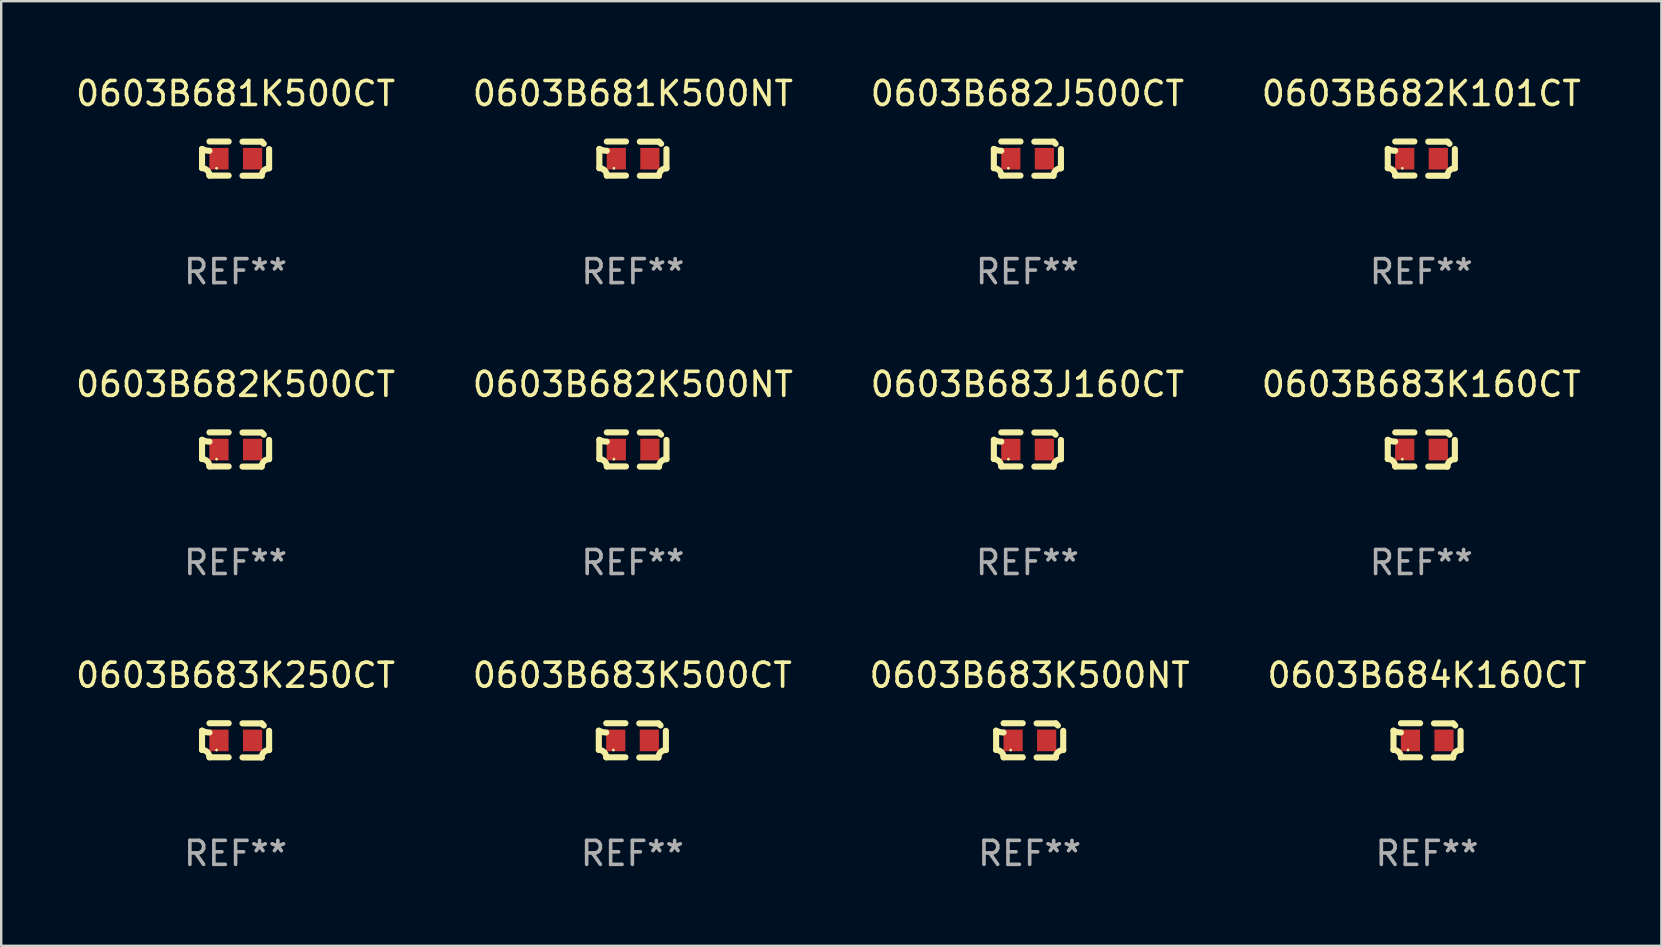
<source format=kicad_pcb>
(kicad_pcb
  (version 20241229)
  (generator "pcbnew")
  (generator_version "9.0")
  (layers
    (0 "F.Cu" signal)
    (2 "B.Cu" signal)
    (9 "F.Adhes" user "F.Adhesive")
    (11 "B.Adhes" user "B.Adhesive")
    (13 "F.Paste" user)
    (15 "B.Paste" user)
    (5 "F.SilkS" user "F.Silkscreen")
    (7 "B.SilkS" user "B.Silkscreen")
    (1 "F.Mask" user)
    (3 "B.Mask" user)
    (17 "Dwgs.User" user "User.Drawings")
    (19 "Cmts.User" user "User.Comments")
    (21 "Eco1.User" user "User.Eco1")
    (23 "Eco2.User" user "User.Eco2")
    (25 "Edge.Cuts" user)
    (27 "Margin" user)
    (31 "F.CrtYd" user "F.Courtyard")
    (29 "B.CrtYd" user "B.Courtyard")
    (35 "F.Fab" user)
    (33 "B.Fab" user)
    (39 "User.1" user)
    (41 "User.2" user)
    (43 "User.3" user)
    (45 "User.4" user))
  (footprint "0603B682K101CT"
    (layer "F.Cu")
    (at 56.185 3.561)
    (property "Reference" "0603B682K101CT" (at 0 -2.713 0) (layer "F.SilkS") (effects (font (size 1 1) (thickness 0.15))))
    (attr through_hole)
    (fp_line (start -1.398 -0.403) (end -1.398 0.397) (stroke (width 0.254) (type solid)) (layer "F.SilkS"))
    (fp_line (start -0.288 -0.713) (end -1.088 -0.713) (stroke (width 0.254) (type solid)) (layer "F.SilkS"))
    (fp_line (start -0.288 0.707) (end -1.088 0.707) (stroke (width 0.254) (type solid)) (layer "F.SilkS"))
    (fp_line (start 0.288 -0.707) (end 1.088 -0.707) (stroke (width 0.254) (type solid)) (layer "F.SilkS"))
    (fp_line (start 0.288 0.713) (end 1.088 0.713) (stroke (width 0.254) (type solid)) (layer "F.SilkS"))
    (fp_line (start 1.398 -0.397) (end 1.398 0.403) (stroke (width 0.254) (type solid)) (layer "F.SilkS"))
    (fp_arc (start -1.397789 0.397066) (mid -1.178701 0.487826) (end -1.08796 0.706922) (stroke (width 0.254001) (type solid)) (layer "F.SilkS"))
    (fp_arc (start -1.08796 -0.327176) (mid -1.247436 -0.346384) (end -1.39779 -0.402908) (stroke (width 0.254001) (type solid)) (layer "F.SilkS"))
    (fp_arc (start 1.087909 0.712738) (mid 1.178656 0.493655) (end 1.397739 0.402908) (stroke (width 0.254001) (type solid)) (layer "F.SilkS"))
    (fp_arc (start 1.175925 -0.618926) (mid 1.131917 -0.662923) (end 1.08791 -0.706922) (stroke (width 0.254001) (type solid)) (layer "F.SilkS"))
    (fp_circle (center -0.792 0.403) (end -0.762 0.403) (stroke (width 0.06) (type solid)) (fill no) (layer "F.SilkS"))
    (fp_text user "REF**" (at 0 4.713 0) (layer "F.Fab") (effects (font (size 1 1) (thickness 0.15))))
    (pad "1" smd rect (at -0.692 0.003) (size 0.8 0.9) (layers "F.Cu" "F.Mask" "F.Paste"))
    (pad "2" smd rect (at 0.708 0.003) (size 0.8 0.9) (layers "F.Cu" "F.Mask" "F.Paste")))
  (footprint "0603B681K500NT"
    (layer "F.Cu")
    (at 23.327 3.561)
    (property "Reference" "0603B681K500NT" (at 0 -2.713 0) (layer "F.SilkS") (effects (font (size 1 1) (thickness 0.15))))
    (attr through_hole)
    (fp_line (start -1.398 -0.403) (end -1.398 0.397) (stroke (width 0.254) (type solid)) (layer "F.SilkS"))
    (fp_line (start -0.288 -0.713) (end -1.088 -0.713) (stroke (width 0.254) (type solid)) (layer "F.SilkS"))
    (fp_line (start -0.288 0.707) (end -1.088 0.707) (stroke (width 0.254) (type solid)) (layer "F.SilkS"))
    (fp_line (start 0.288 -0.707) (end 1.088 -0.707) (stroke (width 0.254) (type solid)) (layer "F.SilkS"))
    (fp_line (start 0.288 0.713) (end 1.088 0.713) (stroke (width 0.254) (type solid)) (layer "F.SilkS"))
    (fp_line (start 1.398 -0.397) (end 1.398 0.403) (stroke (width 0.254) (type solid)) (layer "F.SilkS"))
    (fp_arc (start -1.397789 0.397066) (mid -1.178701 0.487826) (end -1.08796 0.706922) (stroke (width 0.254001) (type solid)) (layer "F.SilkS"))
    (fp_arc (start -1.08796 -0.327176) (mid -1.247436 -0.346384) (end -1.39779 -0.402908) (stroke (width 0.254001) (type solid)) (layer "F.SilkS"))
    (fp_arc (start 1.087909 0.712738) (mid 1.178656 0.493655) (end 1.397739 0.402908) (stroke (width 0.254001) (type solid)) (layer "F.SilkS"))
    (fp_arc (start 1.175925 -0.618926) (mid 1.131917 -0.662923) (end 1.08791 -0.706922) (stroke (width 0.254001) (type solid)) (layer "F.SilkS"))
    (fp_circle (center -0.792 0.403) (end -0.762 0.403) (stroke (width 0.06) (type solid)) (fill no) (layer "F.SilkS"))
    (fp_text user "REF**" (at 0 4.713 0) (layer "F.Fab") (effects (font (size 1 1) (thickness 0.15))))
    (pad "1" smd rect (at -0.692 0.003) (size 0.8 0.9) (layers "F.Cu" "F.Mask" "F.Paste"))
    (pad "2" smd rect (at 0.708 0.003) (size 0.8 0.9) (layers "F.Cu" "F.Mask" "F.Paste")))
  (footprint "0603B684K160CT"
    (layer "F.Cu")
    (at 56.423 27.805)
    (property "Reference" "0603B684K160CT" (at 0 -2.713 0) (layer "F.SilkS") (effects (font (size 1 1) (thickness 0.15))))
    (attr through_hole)
    (fp_line (start -1.398 -0.403) (end -1.398 0.397) (stroke (width 0.254) (type solid)) (layer "F.SilkS"))
    (fp_line (start -0.288 -0.713) (end -1.088 -0.713) (stroke (width 0.254) (type solid)) (layer "F.SilkS"))
    (fp_line (start -0.288 0.707) (end -1.088 0.707) (stroke (width 0.254) (type solid)) (layer "F.SilkS"))
    (fp_line (start 0.288 -0.707) (end 1.088 -0.707) (stroke (width 0.254) (type solid)) (layer "F.SilkS"))
    (fp_line (start 0.288 0.713) (end 1.088 0.713) (stroke (width 0.254) (type solid)) (layer "F.SilkS"))
    (fp_line (start 1.398 -0.397) (end 1.398 0.403) (stroke (width 0.254) (type solid)) (layer "F.SilkS"))
    (fp_arc (start -1.397789 0.397066) (mid -1.178701 0.487826) (end -1.08796 0.706922) (stroke (width 0.254001) (type solid)) (layer "F.SilkS"))
    (fp_arc (start -1.08796 -0.327176) (mid -1.247436 -0.346384) (end -1.39779 -0.402908) (stroke (width 0.254001) (type solid)) (layer "F.SilkS"))
    (fp_arc (start 1.087909 0.712738) (mid 1.178656 0.493655) (end 1.397739 0.402908) (stroke (width 0.254001) (type solid)) (layer "F.SilkS"))
    (fp_arc (start 1.175925 -0.618926) (mid 1.131917 -0.662923) (end 1.08791 -0.706922) (stroke (width 0.254001) (type solid)) (layer "F.SilkS"))
    (fp_circle (center -0.792 0.403) (end -0.762 0.403) (stroke (width 0.06) (type solid)) (fill no) (layer "F.SilkS"))
    (fp_text user "REF**" (at 0 4.713 0) (layer "F.Fab") (effects (font (size 1 1) (thickness 0.15))))
    (pad "1" smd rect (at -0.692 0.003) (size 0.8 0.9) (layers "F.Cu" "F.Mask" "F.Paste"))
    (pad "2" smd rect (at 0.708 0.003) (size 0.8 0.9) (layers "F.Cu" "F.Mask" "F.Paste")))
  (footprint "0603B682K500CT"
    (layer "F.Cu")
    (at 6.768 15.683)
    (property "Reference" "0603B682K500CT" (at 0 -2.713 0) (layer "F.SilkS") (effects (font (size 1 1) (thickness 0.15))))
    (attr through_hole)
    (fp_line (start -1.398 -0.403) (end -1.398 0.397) (stroke (width 0.254) (type solid)) (layer "F.SilkS"))
    (fp_line (start -0.288 -0.713) (end -1.088 -0.713) (stroke (width 0.254) (type solid)) (layer "F.SilkS"))
    (fp_line (start -0.288 0.707) (end -1.088 0.707) (stroke (width 0.254) (type solid)) (layer "F.SilkS"))
    (fp_line (start 0.288 -0.707) (end 1.088 -0.707) (stroke (width 0.254) (type solid)) (layer "F.SilkS"))
    (fp_line (start 0.288 0.713) (end 1.088 0.713) (stroke (width 0.254) (type solid)) (layer "F.SilkS"))
    (fp_line (start 1.398 -0.397) (end 1.398 0.403) (stroke (width 0.254) (type solid)) (layer "F.SilkS"))
    (fp_arc (start -1.397789 0.397066) (mid -1.178701 0.487826) (end -1.08796 0.706922) (stroke (width 0.254001) (type solid)) (layer "F.SilkS"))
    (fp_arc (start -1.08796 -0.327176) (mid -1.247436 -0.346384) (end -1.39779 -0.402908) (stroke (width 0.254001) (type solid)) (layer "F.SilkS"))
    (fp_arc (start 1.087909 0.712738) (mid 1.178656 0.493655) (end 1.397739 0.402908) (stroke (width 0.254001) (type solid)) (layer "F.SilkS"))
    (fp_arc (start 1.175925 -0.618926) (mid 1.131917 -0.662923) (end 1.08791 -0.706922) (stroke (width 0.254001) (type solid)) (layer "F.SilkS"))
    (fp_circle (center -0.792 0.403) (end -0.762 0.403) (stroke (width 0.06) (type solid)) (fill no) (layer "F.SilkS"))
    (fp_text user "REF**" (at 0 4.713 0) (layer "F.Fab") (effects (font (size 1 1) (thickness 0.15))))
    (pad "1" smd rect (at -0.692 0.003) (size 0.8 0.9) (layers "F.Cu" "F.Mask" "F.Paste"))
    (pad "2" smd rect (at 0.708 0.003) (size 0.8 0.9) (layers "F.Cu" "F.Mask" "F.Paste")))
  (footprint "0603B683K250CT"
    (layer "F.Cu")
    (at 6.768 27.805)
    (property "Reference" "0603B683K250CT" (at 0 -2.713 0) (layer "F.SilkS") (effects (font (size 1 1) (thickness 0.15))))
    (attr through_hole)
    (fp_line (start -1.398 -0.403) (end -1.398 0.397) (stroke (width 0.254) (type solid)) (layer "F.SilkS"))
    (fp_line (start -0.288 -0.713) (end -1.088 -0.713) (stroke (width 0.254) (type solid)) (layer "F.SilkS"))
    (fp_line (start -0.288 0.707) (end -1.088 0.707) (stroke (width 0.254) (type solid)) (layer "F.SilkS"))
    (fp_line (start 0.288 -0.707) (end 1.088 -0.707) (stroke (width 0.254) (type solid)) (layer "F.SilkS"))
    (fp_line (start 0.288 0.713) (end 1.088 0.713) (stroke (width 0.254) (type solid)) (layer "F.SilkS"))
    (fp_line (start 1.398 -0.397) (end 1.398 0.403) (stroke (width 0.254) (type solid)) (layer "F.SilkS"))
    (fp_arc (start -1.397789 0.397066) (mid -1.178701 0.487826) (end -1.08796 0.706922) (stroke (width 0.254001) (type solid)) (layer "F.SilkS"))
    (fp_arc (start -1.08796 -0.327176) (mid -1.247436 -0.346384) (end -1.39779 -0.402908) (stroke (width 0.254001) (type solid)) (layer "F.SilkS"))
    (fp_arc (start 1.087909 0.712738) (mid 1.178656 0.493655) (end 1.397739 0.402908) (stroke (width 0.254001) (type solid)) (layer "F.SilkS"))
    (fp_arc (start 1.175925 -0.618926) (mid 1.131917 -0.662923) (end 1.08791 -0.706922) (stroke (width 0.254001) (type solid)) (layer "F.SilkS"))
    (fp_circle (center -0.792 0.403) (end -0.762 0.403) (stroke (width 0.06) (type solid)) (fill no) (layer "F.SilkS"))
    (fp_text user "REF**" (at 0 4.713 0) (layer "F.Fab") (effects (font (size 1 1) (thickness 0.15))))
    (pad "1" smd rect (at -0.692 0.003) (size 0.8 0.9) (layers "F.Cu" "F.Mask" "F.Paste"))
    (pad "2" smd rect (at 0.708 0.003) (size 0.8 0.9) (layers "F.Cu" "F.Mask" "F.Paste")))
  (footprint "0603B683K500NT"
    (layer "F.Cu")
    (at 39.863 27.805)
    (property "Reference" "0603B683K500NT" (at 0 -2.713 0) (layer "F.SilkS") (effects (font (size 1 1) (thickness 0.15))))
    (attr through_hole)
    (fp_line (start -1.398 -0.403) (end -1.398 0.397) (stroke (width 0.254) (type solid)) (layer "F.SilkS"))
    (fp_line (start -0.288 -0.713) (end -1.088 -0.713) (stroke (width 0.254) (type solid)) (layer "F.SilkS"))
    (fp_line (start -0.288 0.707) (end -1.088 0.707) (stroke (width 0.254) (type solid)) (layer "F.SilkS"))
    (fp_line (start 0.288 -0.707) (end 1.088 -0.707) (stroke (width 0.254) (type solid)) (layer "F.SilkS"))
    (fp_line (start 0.288 0.713) (end 1.088 0.713) (stroke (width 0.254) (type solid)) (layer "F.SilkS"))
    (fp_line (start 1.398 -0.397) (end 1.398 0.403) (stroke (width 0.254) (type solid)) (layer "F.SilkS"))
    (fp_arc (start -1.397789 0.397066) (mid -1.178701 0.487826) (end -1.08796 0.706922) (stroke (width 0.254001) (type solid)) (layer "F.SilkS"))
    (fp_arc (start -1.08796 -0.327176) (mid -1.247436 -0.346384) (end -1.39779 -0.402908) (stroke (width 0.254001) (type solid)) (layer "F.SilkS"))
    (fp_arc (start 1.087909 0.712738) (mid 1.178656 0.493655) (end 1.397739 0.402908) (stroke (width 0.254001) (type solid)) (layer "F.SilkS"))
    (fp_arc (start 1.175925 -0.618926) (mid 1.131917 -0.662923) (end 1.08791 -0.706922) (stroke (width 0.254001) (type solid)) (layer "F.SilkS"))
    (fp_circle (center -0.792 0.403) (end -0.762 0.403) (stroke (width 0.06) (type solid)) (fill no) (layer "F.SilkS"))
    (fp_text user "REF**" (at 0 4.713 0) (layer "F.Fab") (effects (font (size 1 1) (thickness 0.15))))
    (pad "1" smd rect (at -0.692 0.003) (size 0.8 0.9) (layers "F.Cu" "F.Mask" "F.Paste"))
    (pad "2" smd rect (at 0.708 0.003) (size 0.8 0.9) (layers "F.Cu" "F.Mask" "F.Paste")))
  (footprint "0603B682J500CT"
    (layer "F.Cu")
    (at 39.768 3.561)
    (property "Reference" "0603B682J500CT" (at 0 -2.713 0) (layer "F.SilkS") (effects (font (size 1 1) (thickness 0.15))))
    (attr through_hole)
    (fp_line (start -1.398 -0.403) (end -1.398 0.397) (stroke (width 0.254) (type solid)) (layer "F.SilkS"))
    (fp_line (start -0.288 -0.713) (end -1.088 -0.713) (stroke (width 0.254) (type solid)) (layer "F.SilkS"))
    (fp_line (start -0.288 0.707) (end -1.088 0.707) (stroke (width 0.254) (type solid)) (layer "F.SilkS"))
    (fp_line (start 0.288 -0.707) (end 1.088 -0.707) (stroke (width 0.254) (type solid)) (layer "F.SilkS"))
    (fp_line (start 0.288 0.713) (end 1.088 0.713) (stroke (width 0.254) (type solid)) (layer "F.SilkS"))
    (fp_line (start 1.398 -0.397) (end 1.398 0.403) (stroke (width 0.254) (type solid)) (layer "F.SilkS"))
    (fp_arc (start -1.397789 0.397066) (mid -1.178701 0.487826) (end -1.08796 0.706922) (stroke (width 0.254001) (type solid)) (layer "F.SilkS"))
    (fp_arc (start -1.08796 -0.327176) (mid -1.247436 -0.346384) (end -1.39779 -0.402908) (stroke (width 0.254001) (type solid)) (layer "F.SilkS"))
    (fp_arc (start 1.087909 0.712738) (mid 1.178656 0.493655) (end 1.397739 0.402908) (stroke (width 0.254001) (type solid)) (layer "F.SilkS"))
    (fp_arc (start 1.175925 -0.618926) (mid 1.131917 -0.662923) (end 1.08791 -0.706922) (stroke (width 0.254001) (type solid)) (layer "F.SilkS"))
    (fp_circle (center -0.792 0.403) (end -0.762 0.403) (stroke (width 0.06) (type solid)) (fill no) (layer "F.SilkS"))
    (fp_text user "REF**" (at 0 4.713 0) (layer "F.Fab") (effects (font (size 1 1) (thickness 0.15))))
    (pad "1" smd rect (at -0.692 0.003) (size 0.8 0.9) (layers "F.Cu" "F.Mask" "F.Paste"))
    (pad "2" smd rect (at 0.708 0.003) (size 0.8 0.9) (layers "F.Cu" "F.Mask" "F.Paste")))
  (footprint "0603B681K500CT"
    (layer "F.Cu")
    (at 6.768 3.561)
    (property "Reference" "0603B681K500CT" (at 0 -2.713 0) (layer "F.SilkS") (effects (font (size 1 1) (thickness 0.15))))
    (attr through_hole)
    (fp_line (start -1.398 -0.403) (end -1.398 0.397) (stroke (width 0.254) (type solid)) (layer "F.SilkS"))
    (fp_line (start -0.288 -0.713) (end -1.088 -0.713) (stroke (width 0.254) (type solid)) (layer "F.SilkS"))
    (fp_line (start -0.288 0.707) (end -1.088 0.707) (stroke (width 0.254) (type solid)) (layer "F.SilkS"))
    (fp_line (start 0.288 -0.707) (end 1.088 -0.707) (stroke (width 0.254) (type solid)) (layer "F.SilkS"))
    (fp_line (start 0.288 0.713) (end 1.088 0.713) (stroke (width 0.254) (type solid)) (layer "F.SilkS"))
    (fp_line (start 1.398 -0.397) (end 1.398 0.403) (stroke (width 0.254) (type solid)) (layer "F.SilkS"))
    (fp_arc (start -1.397789 0.397066) (mid -1.178701 0.487826) (end -1.08796 0.706922) (stroke (width 0.254001) (type solid)) (layer "F.SilkS"))
    (fp_arc (start -1.08796 -0.327176) (mid -1.247436 -0.346384) (end -1.39779 -0.402908) (stroke (width 0.254001) (type solid)) (layer "F.SilkS"))
    (fp_arc (start 1.087909 0.712738) (mid 1.178656 0.493655) (end 1.397739 0.402908) (stroke (width 0.254001) (type solid)) (layer "F.SilkS"))
    (fp_arc (start 1.175925 -0.618926) (mid 1.131917 -0.662923) (end 1.08791 -0.706922) (stroke (width 0.254001) (type solid)) (layer "F.SilkS"))
    (fp_circle (center -0.792 0.403) (end -0.762 0.403) (stroke (width 0.06) (type solid)) (fill no) (layer "F.SilkS"))
    (fp_text user "REF**" (at 0 4.713 0) (layer "F.Fab") (effects (font (size 1 1) (thickness 0.15))))
    (pad "1" smd rect (at -0.692 0.003) (size 0.8 0.9) (layers "F.Cu" "F.Mask" "F.Paste"))
    (pad "2" smd rect (at 0.708 0.003) (size 0.8 0.9) (layers "F.Cu" "F.Mask" "F.Paste")))
  (footprint "0603B683K160CT"
    (layer "F.Cu")
    (at 56.185 15.683)
    (property "Reference" "0603B683K160CT" (at 0 -2.713 0) (layer "F.SilkS") (effects (font (size 1 1) (thickness 0.15))))
    (attr through_hole)
    (fp_line (start -1.398 -0.403) (end -1.398 0.397) (stroke (width 0.254) (type solid)) (layer "F.SilkS"))
    (fp_line (start -0.288 -0.713) (end -1.088 -0.713) (stroke (width 0.254) (type solid)) (layer "F.SilkS"))
    (fp_line (start -0.288 0.707) (end -1.088 0.707) (stroke (width 0.254) (type solid)) (layer "F.SilkS"))
    (fp_line (start 0.288 -0.707) (end 1.088 -0.707) (stroke (width 0.254) (type solid)) (layer "F.SilkS"))
    (fp_line (start 0.288 0.713) (end 1.088 0.713) (stroke (width 0.254) (type solid)) (layer "F.SilkS"))
    (fp_line (start 1.398 -0.397) (end 1.398 0.403) (stroke (width 0.254) (type solid)) (layer "F.SilkS"))
    (fp_arc (start -1.397789 0.397066) (mid -1.178701 0.487826) (end -1.08796 0.706922) (stroke (width 0.254001) (type solid)) (layer "F.SilkS"))
    (fp_arc (start -1.08796 -0.327176) (mid -1.247436 -0.346384) (end -1.39779 -0.402908) (stroke (width 0.254001) (type solid)) (layer "F.SilkS"))
    (fp_arc (start 1.087909 0.712738) (mid 1.178656 0.493655) (end 1.397739 0.402908) (stroke (width 0.254001) (type solid)) (layer "F.SilkS"))
    (fp_arc (start 1.175925 -0.618926) (mid 1.131917 -0.662923) (end 1.08791 -0.706922) (stroke (width 0.254001) (type solid)) (layer "F.SilkS"))
    (fp_circle (center -0.792 0.403) (end -0.762 0.403) (stroke (width 0.06) (type solid)) (fill no) (layer "F.SilkS"))
    (fp_text user "REF**" (at 0 4.713 0) (layer "F.Fab") (effects (font (size 1 1) (thickness 0.15))))
    (pad "1" smd rect (at -0.692 0.003) (size 0.8 0.9) (layers "F.Cu" "F.Mask" "F.Paste"))
    (pad "2" smd rect (at 0.708 0.003) (size 0.8 0.9) (layers "F.Cu" "F.Mask" "F.Paste")))
  (footprint "0603B682K500NT"
    (layer "F.Cu")
    (at 23.327 15.683)
    (property "Reference" "0603B682K500NT" (at 0 -2.713 0) (layer "F.SilkS") (effects (font (size 1 1) (thickness 0.15))))
    (attr through_hole)
    (fp_line (start -1.398 -0.403) (end -1.398 0.397) (stroke (width 0.254) (type solid)) (layer "F.SilkS"))
    (fp_line (start -0.288 -0.713) (end -1.088 -0.713) (stroke (width 0.254) (type solid)) (layer "F.SilkS"))
    (fp_line (start -0.288 0.707) (end -1.088 0.707) (stroke (width 0.254) (type solid)) (layer "F.SilkS"))
    (fp_line (start 0.288 -0.707) (end 1.088 -0.707) (stroke (width 0.254) (type solid)) (layer "F.SilkS"))
    (fp_line (start 0.288 0.713) (end 1.088 0.713) (stroke (width 0.254) (type solid)) (layer "F.SilkS"))
    (fp_line (start 1.398 -0.397) (end 1.398 0.403) (stroke (width 0.254) (type solid)) (layer "F.SilkS"))
    (fp_arc (start -1.397789 0.397066) (mid -1.178701 0.487826) (end -1.08796 0.706922) (stroke (width 0.254001) (type solid)) (layer "F.SilkS"))
    (fp_arc (start -1.08796 -0.327176) (mid -1.247436 -0.346384) (end -1.39779 -0.402908) (stroke (width 0.254001) (type solid)) (layer "F.SilkS"))
    (fp_arc (start 1.087909 0.712738) (mid 1.178656 0.493655) (end 1.397739 0.402908) (stroke (width 0.254001) (type solid)) (layer "F.SilkS"))
    (fp_arc (start 1.175925 -0.618926) (mid 1.131917 -0.662923) (end 1.08791 -0.706922) (stroke (width 0.254001) (type solid)) (layer "F.SilkS"))
    (fp_circle (center -0.792 0.403) (end -0.762 0.403) (stroke (width 0.06) (type solid)) (fill no) (layer "F.SilkS"))
    (fp_text user "REF**" (at 0 4.713 0) (layer "F.Fab") (effects (font (size 1 1) (thickness 0.15))))
    (pad "1" smd rect (at -0.692 0.003) (size 0.8 0.9) (layers "F.Cu" "F.Mask" "F.Paste"))
    (pad "2" smd rect (at 0.708 0.003) (size 0.8 0.9) (layers "F.Cu" "F.Mask" "F.Paste")))
  (footprint "0603B683J160CT"
    (layer "F.Cu")
    (at 39.768 15.683)
    (property "Reference" "0603B683J160CT" (at 0 -2.713 0) (layer "F.SilkS") (effects (font (size 1 1) (thickness 0.15))))
    (attr through_hole)
    (fp_line (start -1.398 -0.403) (end -1.398 0.397) (stroke (width 0.254) (type solid)) (layer "F.SilkS"))
    (fp_line (start -0.288 -0.713) (end -1.088 -0.713) (stroke (width 0.254) (type solid)) (layer "F.SilkS"))
    (fp_line (start -0.288 0.707) (end -1.088 0.707) (stroke (width 0.254) (type solid)) (layer "F.SilkS"))
    (fp_line (start 0.288 -0.707) (end 1.088 -0.707) (stroke (width 0.254) (type solid)) (layer "F.SilkS"))
    (fp_line (start 0.288 0.713) (end 1.088 0.713) (stroke (width 0.254) (type solid)) (layer "F.SilkS"))
    (fp_line (start 1.398 -0.397) (end 1.398 0.403) (stroke (width 0.254) (type solid)) (layer "F.SilkS"))
    (fp_arc (start -1.397789 0.397066) (mid -1.178701 0.487826) (end -1.08796 0.706922) (stroke (width 0.254001) (type solid)) (layer "F.SilkS"))
    (fp_arc (start -1.08796 -0.327176) (mid -1.247436 -0.346384) (end -1.39779 -0.402908) (stroke (width 0.254001) (type solid)) (layer "F.SilkS"))
    (fp_arc (start 1.087909 0.712738) (mid 1.178656 0.493655) (end 1.397739 0.402908) (stroke (width 0.254001) (type solid)) (layer "F.SilkS"))
    (fp_arc (start 1.175925 -0.618926) (mid 1.131917 -0.662923) (end 1.08791 -0.706922) (stroke (width 0.254001) (type solid)) (layer "F.SilkS"))
    (fp_circle (center -0.792 0.403) (end -0.762 0.403) (stroke (width 0.06) (type solid)) (fill no) (layer "F.SilkS"))
    (fp_text user "REF**" (at 0 4.713 0) (layer "F.Fab") (effects (font (size 1 1) (thickness 0.15))))
    (pad "1" smd rect (at -0.692 0.003) (size 0.8 0.9) (layers "F.Cu" "F.Mask" "F.Paste"))
    (pad "2" smd rect (at 0.708 0.003) (size 0.8 0.9) (layers "F.Cu" "F.Mask" "F.Paste")))
  (footprint "0603B683K500CT"
    (layer "F.Cu")
    (at 23.304 27.805)
    (property "Reference" "0603B683K500CT" (at 0 -2.713 0) (layer "F.SilkS") (effects (font (size 1 1) (thickness 0.15))))
    (attr through_hole)
    (fp_line (start -1.398 -0.403) (end -1.398 0.397) (stroke (width 0.254) (type solid)) (layer "F.SilkS"))
    (fp_line (start -0.288 -0.713) (end -1.088 -0.713) (stroke (width 0.254) (type solid)) (layer "F.SilkS"))
    (fp_line (start -0.288 0.707) (end -1.088 0.707) (stroke (width 0.254) (type solid)) (layer "F.SilkS"))
    (fp_line (start 0.288 -0.707) (end 1.088 -0.707) (stroke (width 0.254) (type solid)) (layer "F.SilkS"))
    (fp_line (start 0.288 0.713) (end 1.088 0.713) (stroke (width 0.254) (type solid)) (layer "F.SilkS"))
    (fp_line (start 1.398 -0.397) (end 1.398 0.403) (stroke (width 0.254) (type solid)) (layer "F.SilkS"))
    (fp_arc (start -1.397789 0.397066) (mid -1.178701 0.487826) (end -1.08796 0.706922) (stroke (width 0.254001) (type solid)) (layer "F.SilkS"))
    (fp_arc (start -1.08796 -0.327176) (mid -1.247436 -0.346384) (end -1.39779 -0.402908) (stroke (width 0.254001) (type solid)) (layer "F.SilkS"))
    (fp_arc (start 1.087909 0.712738) (mid 1.178656 0.493655) (end 1.397739 0.402908) (stroke (width 0.254001) (type solid)) (layer "F.SilkS"))
    (fp_arc (start 1.175925 -0.618926) (mid 1.131917 -0.662923) (end 1.08791 -0.706922) (stroke (width 0.254001) (type solid)) (layer "F.SilkS"))
    (fp_circle (center -0.792 0.403) (end -0.762 0.403) (stroke (width 0.06) (type solid)) (fill no) (layer "F.SilkS"))
    (fp_text user "REF**" (at 0 4.713 0) (layer "F.Fab") (effects (font (size 1 1) (thickness 0.15))))
    (pad "1" smd rect (at -0.692 0.003) (size 0.8 0.9) (layers "F.Cu" "F.Mask" "F.Paste"))
    (pad "2" smd rect (at 0.708 0.003) (size 0.8 0.9) (layers "F.Cu" "F.Mask" "F.Paste")))
  (gr_rect
    (start -3 -3)
    (end 66.19 36.366)
    (stroke (width 0.1) (type default))
    (fill no)
    (layer "Edge.Cuts")))
</source>
